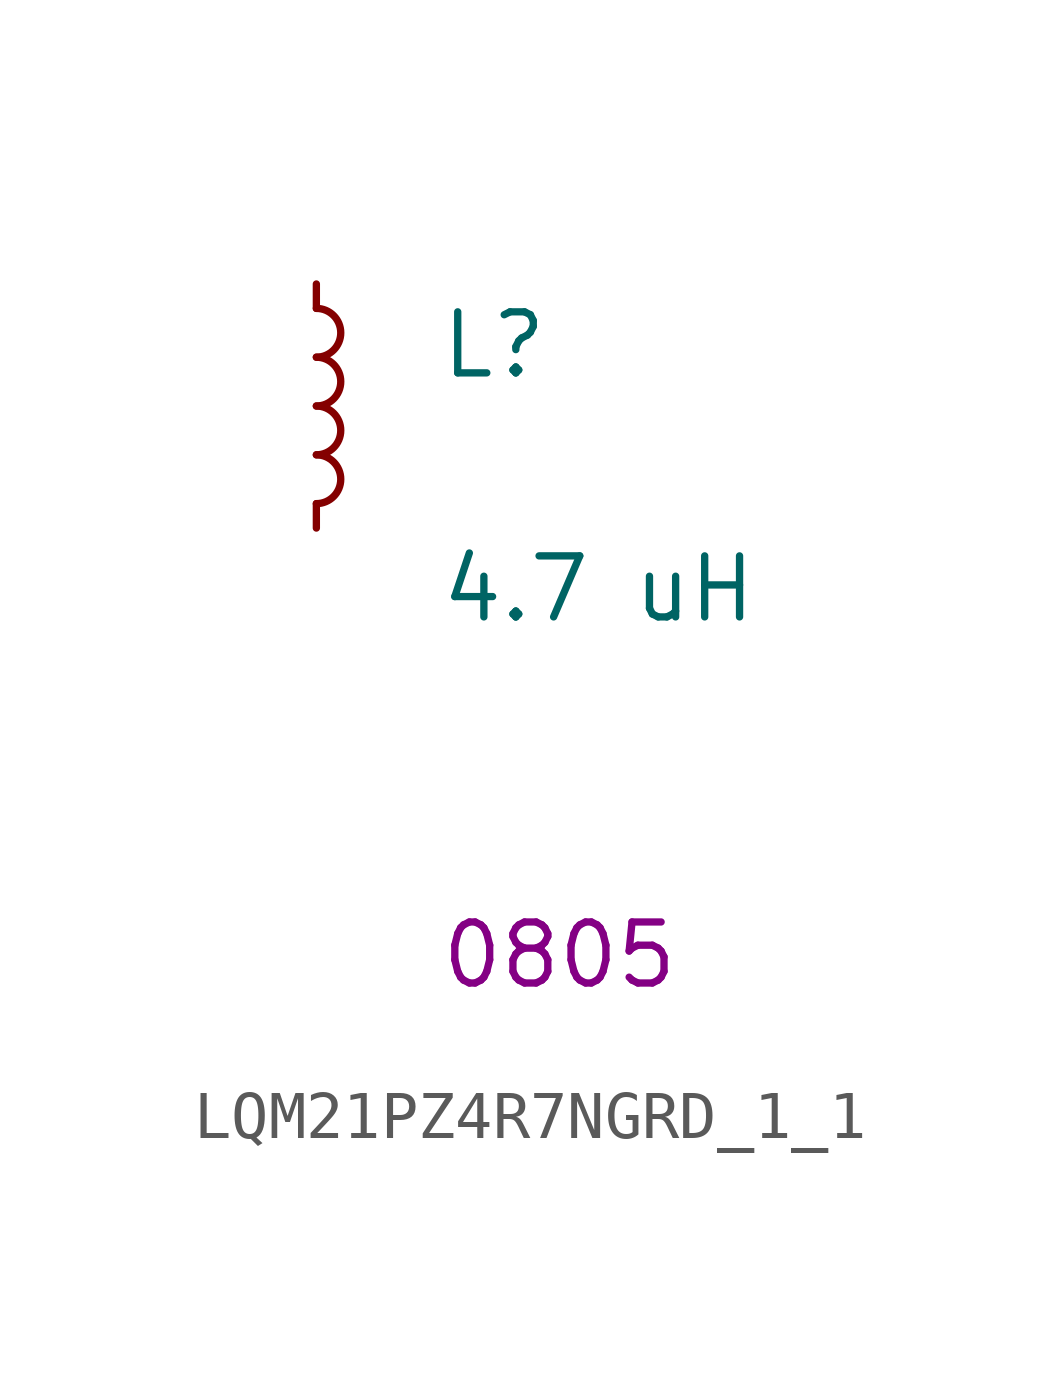
<source format=kicad_sym>
(kicad_symbol_lib
  (version 20231120)
  (generator "kicad_symbol_editor")
  (generator_version "8.0")
  (symbol "LQM21PZ4R7NGRD_1_1"
    (pin_numbers hide)
    (pin_names
      (offset 0.254) hide)
    (property "Reference" "L"
      (at 2.54 1.27 0)
      (effects (font (size 1.27 1.27)) (justify left)))
    (property "Value" "4.7 uH"
      (at 2.54 -3.81 0)
      (effects (font (size 1.27 1.27)) (justify left)))
    (property "Chip Set" "0805"
      (at 2.54 -11.43 0)
      (effects (font (size 1.27 1.27)) (justify left)))
    (symbol "LQM21PZ4R7NGRD_1_1_0_1"
      (arc (start 0 -2.032) (mid 0.5058 -1.524) (end 0 -1.016) (stroke (width 0) (type default)) (fill (type none)))
      (arc (start 0 -1.016) (mid 0.5058 -0.508) (end 0 0) (stroke (width 0) (type default)) (fill (type none)))
      (arc (start 0 0) (mid 0.5058 0.508) (end 0 1.016) (stroke (width 0) (type default)) (fill (type none)))
      (arc (start 0 1.016) (mid 0.5058 1.524) (end 0 2.032) (stroke (width 0) (type default)) (fill (type none))))
    (symbol "LQM21PZ4R7NGRD_1_1_1_1"
      (pin passive line (at 0 2.54 270) (length 0.508) (name "~" (effects (font (size 1.27 1.27)))) (number "1" (effects (font (size 1.27 1.27)))))
      (pin passive line (at 0 -2.54 90) (length 0.508) (name "~" (effects (font (size 1.27 1.27)))) (number "2" (effects (font (size 1.27 1.27))))))))
</source>
